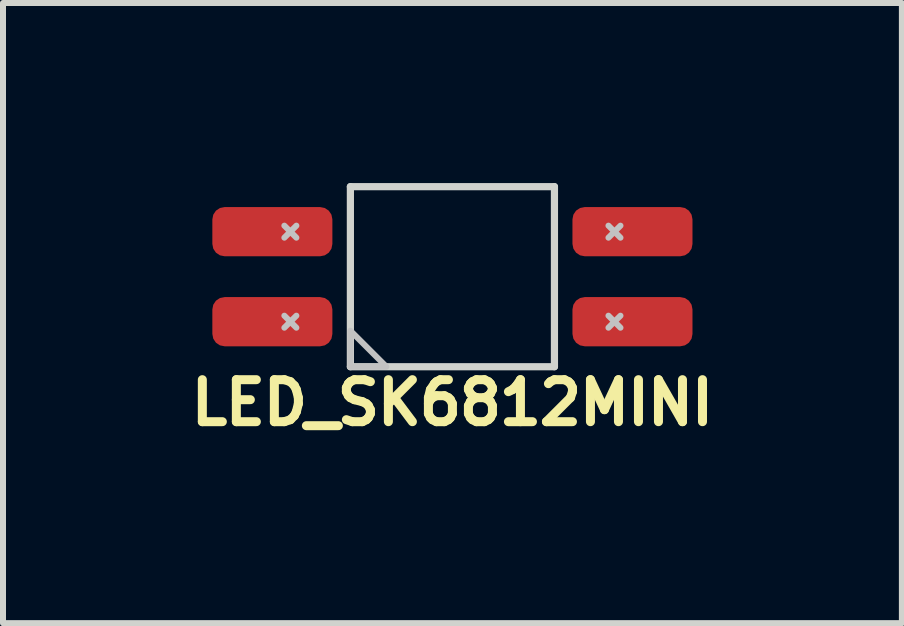
<source format=kicad_pcb>
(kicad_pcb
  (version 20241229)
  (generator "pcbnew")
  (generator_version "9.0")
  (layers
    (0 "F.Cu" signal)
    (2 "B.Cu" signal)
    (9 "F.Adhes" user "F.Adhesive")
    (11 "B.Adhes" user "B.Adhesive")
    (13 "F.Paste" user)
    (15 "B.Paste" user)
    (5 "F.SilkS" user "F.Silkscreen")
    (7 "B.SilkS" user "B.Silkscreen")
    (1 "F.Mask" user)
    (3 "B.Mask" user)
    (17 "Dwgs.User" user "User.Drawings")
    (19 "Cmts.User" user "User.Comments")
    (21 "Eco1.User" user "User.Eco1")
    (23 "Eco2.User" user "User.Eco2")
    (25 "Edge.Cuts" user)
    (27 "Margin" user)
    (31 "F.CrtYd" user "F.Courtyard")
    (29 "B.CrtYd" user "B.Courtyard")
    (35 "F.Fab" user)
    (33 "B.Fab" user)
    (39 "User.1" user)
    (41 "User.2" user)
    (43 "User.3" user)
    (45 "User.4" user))
  (footprint "LED_SK6812MINI"
    (layer "F.Cu")
    (at 4.488 1.56)
    (property "Reference" "LED_SK6812MINI" (at 0 2.1 0) (unlocked yes) (layer "F.SilkS") (effects (font (size 0.7 0.7) (thickness 0.15))))
    (attr through_hole)
    (fp_line (start -2.8 -0.65) (end -2.6 -0.85) (stroke (width 0.1) (type default)) (layer "Dwgs.User"))
    (fp_line (start -2.8 0.85) (end -2.6 0.65) (stroke (width 0.1) (type default)) (layer "Dwgs.User"))
    (fp_line (start -2.6 -0.65) (end -2.8 -0.85) (stroke (width 0.1) (type default)) (layer "Dwgs.User"))
    (fp_line (start -2.6 0.85) (end -2.8 0.65) (stroke (width 0.1) (type default)) (layer "Dwgs.User"))
    (fp_line (start 2.6 -0.65) (end 2.8 -0.85) (stroke (width 0.1) (type default)) (layer "Dwgs.User"))
    (fp_line (start 2.6 0.85) (end 2.8 0.65) (stroke (width 0.1) (type default)) (layer "Dwgs.User"))
    (fp_line (start 2.8 -0.65) (end 2.6 -0.85) (stroke (width 0.1) (type default)) (layer "Dwgs.User"))
    (fp_line (start 2.8 0.85) (end 2.6 0.65) (stroke (width 0.1) (type default)) (layer "Dwgs.User"))
    (fp_poly (pts (xy -1.1 1.5) (xy -1.7 1.5) (xy -1.7 0.9)) (stroke (width 0.1) (type solid)) (fill no) (layer "Dwgs.User"))
    (fp_line (start -1.7 -1.5) (end -1.7 1.5) (stroke (width 0.12) (type solid)) (layer "Edge.Cuts"))
    (fp_line (start -1.7 1.5) (end 1.7 1.5) (stroke (width 0.12) (type solid)) (layer "Edge.Cuts"))
    (fp_line (start 1.7 -1.5) (end -1.7 -1.5) (stroke (width 0.12) (type solid)) (layer "Edge.Cuts"))
    (fp_line (start 1.7 1.5) (end 1.7 -1.5) (stroke (width 0.12) (type solid)) (layer "Edge.Cuts"))
    (pad "1" smd roundrect (at 3 -0.75) (size 2 0.82) (layers "F.Cu" "F.Mask" "F.Paste") (roundrect_rratio 0.25))
    (pad "2" smd roundrect (at 3 0.75) (size 2 0.82) (layers "F.Cu" "F.Mask" "F.Paste") (roundrect_rratio 0.25))
    (pad "3" smd roundrect (at -3 0.75) (size 2 0.82) (layers "F.Cu" "F.Mask" "F.Paste") (roundrect_rratio 0.25))
    (pad "4" smd roundrect (at -3 -0.75) (size 2 0.82) (layers "F.Cu" "F.Mask" "F.Paste") (roundrect_rratio 0.25)))
  (gr_rect
    (start -3 -3)
    (end 11.977 7.333)
    (stroke (width 0.1) (type default))
    (fill no)
    (layer "Edge.Cuts")))
</source>
